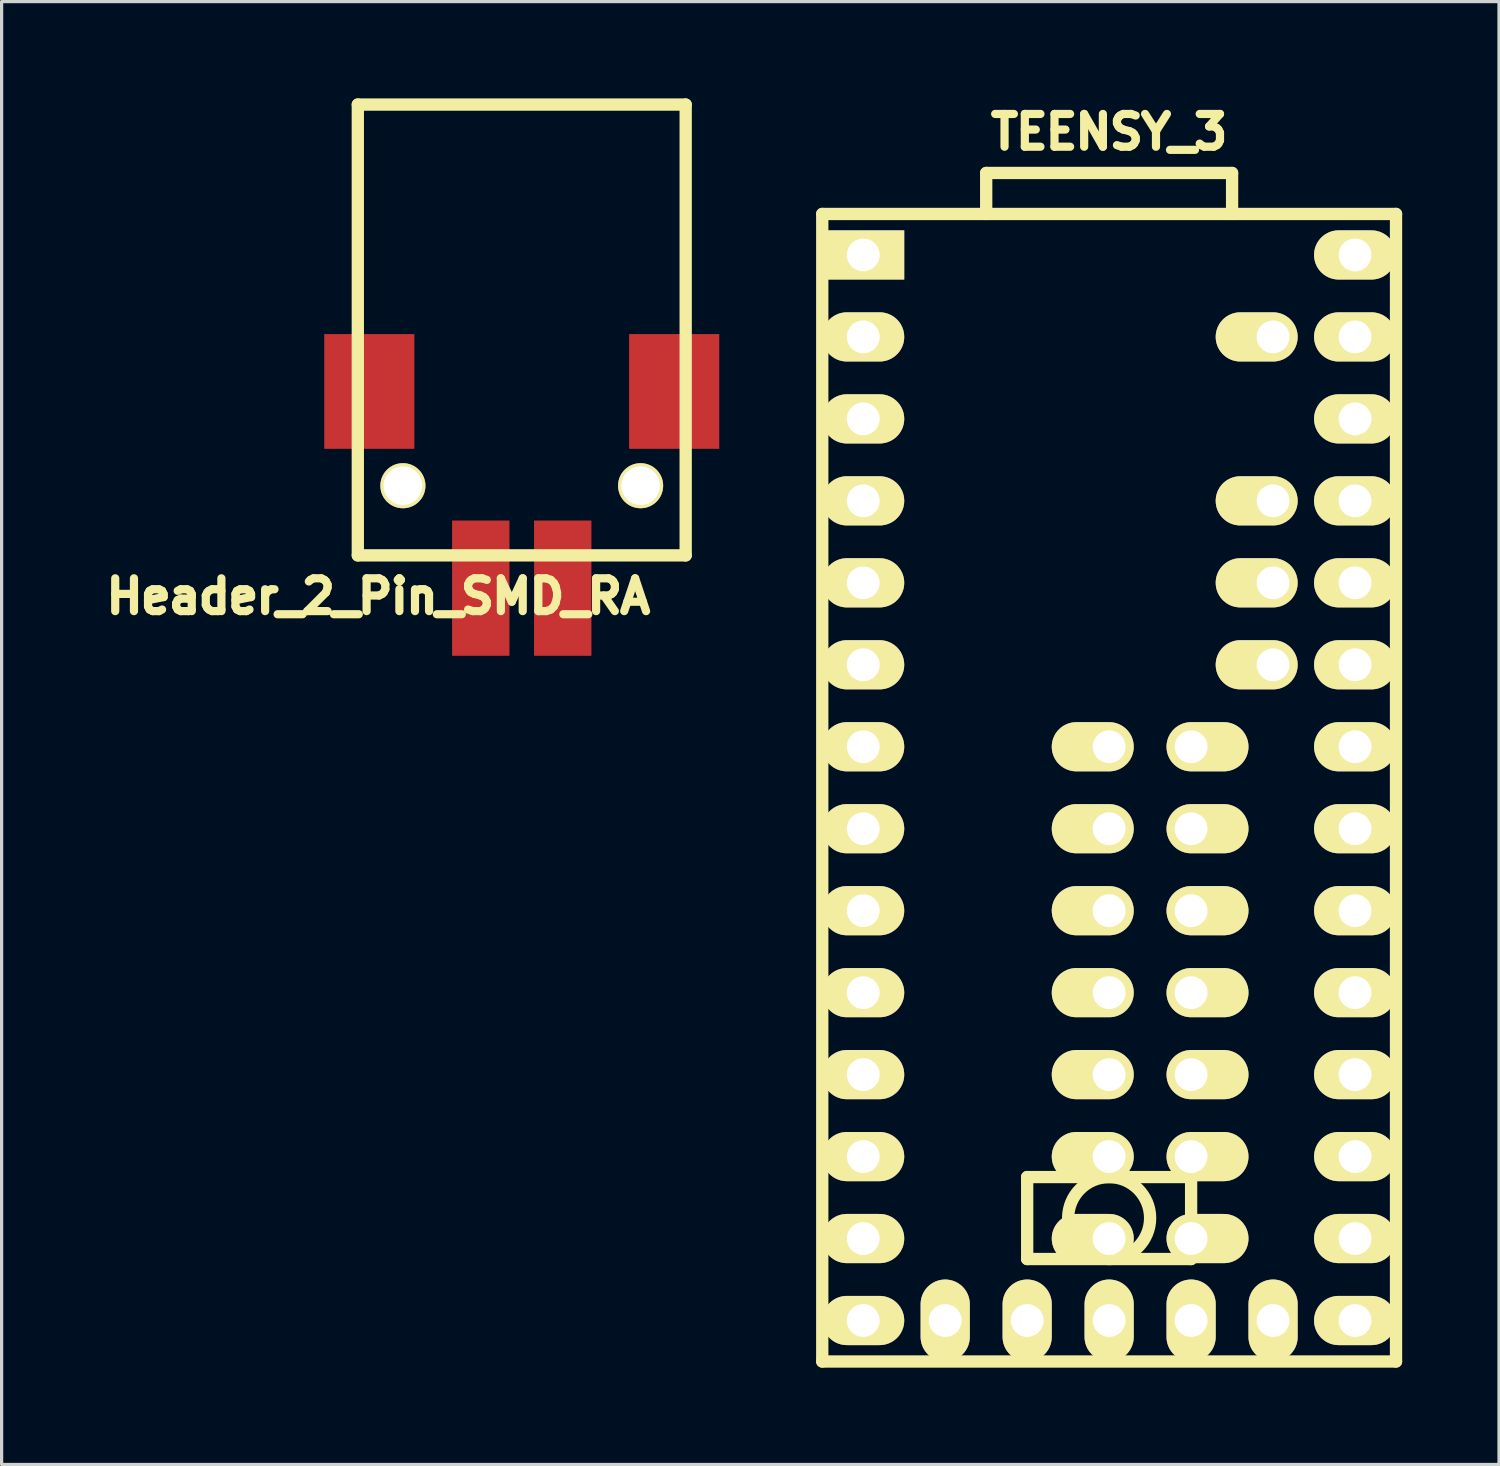
<source format=kicad_pcb>
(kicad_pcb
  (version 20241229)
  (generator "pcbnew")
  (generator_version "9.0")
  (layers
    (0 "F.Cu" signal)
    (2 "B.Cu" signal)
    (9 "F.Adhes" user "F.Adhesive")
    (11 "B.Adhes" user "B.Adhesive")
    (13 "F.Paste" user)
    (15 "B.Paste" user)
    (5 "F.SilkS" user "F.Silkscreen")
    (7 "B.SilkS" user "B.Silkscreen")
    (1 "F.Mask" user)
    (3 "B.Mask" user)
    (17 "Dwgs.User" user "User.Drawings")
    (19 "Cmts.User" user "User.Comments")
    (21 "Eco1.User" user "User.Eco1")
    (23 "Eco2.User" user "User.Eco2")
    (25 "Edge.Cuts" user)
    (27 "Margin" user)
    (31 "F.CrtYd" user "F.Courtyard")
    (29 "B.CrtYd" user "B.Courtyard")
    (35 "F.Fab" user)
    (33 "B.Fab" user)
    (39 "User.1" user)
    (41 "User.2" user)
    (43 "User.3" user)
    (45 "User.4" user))
  (footprint "Header_2_Pin_SMD_RA"
    (layer "F.Cu")
    (at 13.118 8.445)
    (property "Reference" "Header_2_Pin_SMD_RA" (at -4.445 6.985 180) (layer "F.SilkS") (effects (font (size 1.016 1.016) (thickness 0.254))))
    (attr through_hole)
    (fp_line (start -5.08 -8.255) (end -5.08 5.715) (stroke (width 0.381) (type solid)) (layer "F.SilkS"))
    (fp_line (start -5.08 -8.255) (end 5.08 -8.255) (stroke (width 0.381) (type solid)) (layer "F.SilkS"))
    (fp_line (start -5.08 5.715) (end 5.08 5.715) (stroke (width 0.381) (type solid)) (layer "F.SilkS"))
    (fp_line (start 5.08 -8.255) (end 5.08 5.715) (stroke (width 0.381) (type solid)) (layer "F.SilkS"))
    (pad "" smd rect (at -4.724 0.635) (size 2.794 3.556) (layers "F.Cu" "F.Mask" "F.Paste"))
    (pad "" thru_hole circle (at -3.683 3.556) (size 1.397 1.397) (drill 1.194) (layers "*.Cu" "*.Mask" "F.SilkS"))
    (pad "" thru_hole circle (at 3.683 3.556) (size 1.397 1.397) (drill 1.194) (layers "*.Cu" "*.Mask" "F.SilkS"))
    (pad "" smd rect (at 4.724 0.635) (size 2.794 3.556) (layers "F.Cu" "F.Mask" "F.Paste"))
    (pad "1" smd rect (at -1.27 6.731) (size 1.778 4.191) (layers "F.Cu" "F.Mask" "F.Paste"))
    (pad "2" smd rect (at 1.27 6.731) (size 1.778 4.191) (layers "F.Cu" "F.Mask" "F.Paste")))
  (footprint "TEENSY_3"
    (layer "F.Cu")
    (at 31.32 21.36)
    (property "Reference" "TEENSY_3" (at 0 -20.32 0) (layer "F.SilkS") (effects (font (size 1.016 1.016) (thickness 0.254))))
    (attr through_hole)
    (fp_line (start -8.89 -17.78) (end -8.89 17.78) (stroke (width 0.381) (type solid)) (layer "F.SilkS"))
    (fp_line (start -8.89 17.78) (end 8.89 17.78) (stroke (width 0.381) (type solid)) (layer "F.SilkS"))
    (fp_line (start -3.81 -19.05) (end 3.81 -19.05) (stroke (width 0.381) (type solid)) (layer "F.SilkS"))
    (fp_line (start -3.81 -17.78) (end -3.81 -19.05) (stroke (width 0.381) (type solid)) (layer "F.SilkS"))
    (fp_line (start -2.54 12.065) (end -2.54 14.605) (stroke (width 0.381) (type solid)) (layer "F.SilkS"))
    (fp_line (start -2.54 14.605) (end 2.54 14.605) (stroke (width 0.381) (type solid)) (layer "F.SilkS"))
    (fp_line (start 2.54 12.065) (end -2.54 12.065) (stroke (width 0.381) (type solid)) (layer "F.SilkS"))
    (fp_line (start 2.54 14.605) (end 2.54 12.065) (stroke (width 0.381) (type solid)) (layer "F.SilkS"))
    (fp_line (start 3.81 -19.05) (end 3.81 -17.78) (stroke (width 0.381) (type solid)) (layer "F.SilkS"))
    (fp_line (start 8.89 -17.78) (end -8.89 -17.78) (stroke (width 0.381) (type solid)) (layer "F.SilkS"))
    (fp_line (start 8.89 17.78) (end 8.89 -17.78) (stroke (width 0.381) (type solid)) (layer "F.SilkS"))
    (fp_circle (center 0 13.335) (end 0 12.065) (stroke (width 0.381) (type solid)) (fill no) (layer "F.SilkS"))
    (pad "" thru_hole oval (at -5.08 16.51) (size 1.524 2.54) (drill 1.016) (layers "*.Cu" "*.Mask" "F.SilkS"))
    (pad "" thru_hole oval (at -2.54 16.51) (size 1.524 2.54) (drill 1.016) (layers "*.Cu" "*.Mask" "F.SilkS"))
    (pad "" thru_hole oval (at 0 1.27) (size 2.54 1.524) (drill 1.016 (offset -0.508 0)) (layers "*.Cu" "*.Mask" "F.SilkS"))
    (pad "" thru_hole oval (at 0 16.51) (size 1.524 2.54) (drill 1.016) (layers "*.Cu" "*.Mask" "F.SilkS"))
    (pad "" thru_hole oval (at 2.54 1.27) (size 2.54 1.524) (drill 1.016 (offset 0.508 0)) (layers "*.Cu" "*.Mask" "F.SilkS"))
    (pad "0" thru_hole oval (at -7.62 -13.97) (size 2.54 1.524) (drill 1.016) (layers "*.Cu" "*.Mask" "F.SilkS"))
    (pad "1" thru_hole oval (at -7.62 -11.43) (size 2.54 1.524) (drill 1.016) (layers "*.Cu" "*.Mask" "F.SilkS"))
    (pad "2" thru_hole oval (at -7.62 -8.89) (size 2.54 1.524) (drill 1.016) (layers "*.Cu" "*.Mask" "F.SilkS"))
    (pad "3" thru_hole oval (at -7.62 -6.35) (size 2.54 1.524) (drill 1.016) (layers "*.Cu" "*.Mask" "F.SilkS"))
    (pad "3V3" thru_hole oval (at 7.62 -11.43) (size 2.54 1.524) (drill 1.016) (layers "*.Cu" "*.Mask" "F.SilkS"))
    (pad "4" thru_hole oval (at -7.62 -3.81) (size 2.54 1.524) (drill 1.016) (layers "*.Cu" "*.Mask" "F.SilkS"))
    (pad "5" thru_hole oval (at -7.62 -1.27) (size 2.54 1.524) (drill 1.016) (layers "*.Cu" "*.Mask" "F.SilkS"))
    (pad "6" thru_hole oval (at -7.62 1.27) (size 2.54 1.524) (drill 1.016) (layers "*.Cu" "*.Mask" "F.SilkS"))
    (pad "7" thru_hole oval (at -7.62 3.81) (size 2.54 1.524) (drill 1.016) (layers "*.Cu" "*.Mask" "F.SilkS"))
    (pad "8" thru_hole oval (at -7.62 6.35) (size 2.54 1.524) (drill 1.016) (layers "*.Cu" "*.Mask" "F.SilkS"))
    (pad "9" thru_hole oval (at -7.62 8.89) (size 2.54 1.524) (drill 1.016) (layers "*.Cu" "*.Mask" "F.SilkS"))
    (pad "10" thru_hole oval (at -7.62 11.43) (size 2.54 1.524) (drill 1.016) (layers "*.Cu" "*.Mask" "F.SilkS"))
    (pad "11" thru_hole oval (at -7.62 13.97) (size 2.54 1.524) (drill 1.016) (layers "*.Cu" "*.Mask" "F.SilkS"))
    (pad "12" thru_hole oval (at -7.62 16.51) (size 2.54 1.524) (drill 1.016) (layers "*.Cu" "*.Mask" "F.SilkS"))
    (pad "13" thru_hole oval (at 7.62 16.51) (size 2.54 1.524) (drill 1.016) (layers "*.Cu" "*.Mask" "F.SilkS"))
    (pad "14" thru_hole oval (at 7.62 13.97) (size 2.54 1.524) (drill 1.016) (layers "*.Cu" "*.Mask" "F.SilkS"))
    (pad "15" thru_hole oval (at 7.62 11.43) (size 2.54 1.524) (drill 1.016) (layers "*.Cu" "*.Mask" "F.SilkS"))
    (pad "16" thru_hole oval (at 7.62 8.89) (size 2.54 1.524) (drill 1.016) (layers "*.Cu" "*.Mask" "F.SilkS"))
    (pad "17" thru_hole oval (at 7.62 6.35) (size 2.54 1.524) (drill 1.016) (layers "*.Cu" "*.Mask" "F.SilkS"))
    (pad "18" thru_hole oval (at 7.62 3.81) (size 2.54 1.524) (drill 1.016) (layers "*.Cu" "*.Mask" "F.SilkS"))
    (pad "19" thru_hole oval (at 7.62 1.27) (size 2.54 1.524) (drill 1.016) (layers "*.Cu" "*.Mask" "F.SilkS"))
    (pad "20" thru_hole oval (at 7.62 -1.27) (size 2.54 1.524) (drill 1.016) (layers "*.Cu" "*.Mask" "F.SilkS"))
    (pad "21" thru_hole oval (at 7.62 -3.81) (size 2.54 1.524) (drill 1.016) (layers "*.Cu" "*.Mask" "F.SilkS"))
    (pad "22" thru_hole oval (at 7.62 -6.35) (size 2.54 1.524) (drill 1.016) (layers "*.Cu" "*.Mask" "F.SilkS"))
    (pad "23" thru_hole oval (at 7.62 -8.89) (size 2.54 1.524) (drill 1.016) (layers "*.Cu" "*.Mask" "F.SilkS"))
    (pad "24" thru_hole oval (at 0 3.81) (size 2.54 1.524) (drill 1.016 (offset -0.508 0)) (layers "*.Cu" "*.Mask" "F.SilkS"))
    (pad "25" thru_hole oval (at 0 6.35) (size 2.54 1.524) (drill 1.016 (offset -0.508 0)) (layers "*.Cu" "*.Mask" "F.SilkS"))
    (pad "26" thru_hole oval (at 0 8.89) (size 2.54 1.524) (drill 1.016 (offset -0.508 0)) (layers "*.Cu" "*.Mask" "F.SilkS"))
    (pad "27" thru_hole oval (at 0 11.43) (size 2.54 1.524) (drill 1.016 (offset -0.508 0)) (layers "*.Cu" "*.Mask" "F.SilkS"))
    (pad "28" thru_hole oval (at 0 13.97) (size 2.54 1.524) (drill 1.016 (offset -0.508 0)) (layers "*.Cu" "*.Mask" "F.SilkS"))
    (pad "29" thru_hole oval (at 2.54 13.97) (size 2.54 1.524) (drill 1.016 (offset 0.508 0)) (layers "*.Cu" "*.Mask" "F.SilkS"))
    (pad "30" thru_hole oval (at 2.54 11.43) (size 2.54 1.524) (drill 1.016 (offset 0.508 0)) (layers "*.Cu" "*.Mask" "F.SilkS"))
    (pad "31" thru_hole oval (at 2.54 8.89) (size 2.54 1.524) (drill 1.016 (offset 0.508 0)) (layers "*.Cu" "*.Mask" "F.SilkS"))
    (pad "32" thru_hole oval (at 2.54 6.35) (size 2.54 1.524) (drill 1.016 (offset 0.508 0)) (layers "*.Cu" "*.Mask" "F.SilkS"))
    (pad "33" thru_hole oval (at 2.54 3.81) (size 2.54 1.524) (drill 1.016 (offset 0.508 0)) (layers "*.Cu" "*.Mask" "F.SilkS"))
    (pad "A10" thru_hole oval (at 5.08 -6.35) (size 2.54 1.524) (drill 1.016 (offset -0.508 0)) (layers "*.Cu" "*.Mask" "F.SilkS"))
    (pad "A11" thru_hole oval (at 5.08 -3.81) (size 2.54 1.524) (drill 1.016 (offset -0.508 0)) (layers "*.Cu" "*.Mask" "F.SilkS"))
    (pad "A12" thru_hole oval (at 0 -1.27) (size 2.54 1.524) (drill 1.016 (offset -0.508 0)) (layers "*.Cu" "*.Mask" "F.SilkS"))
    (pad "A13" thru_hole oval (at 2.54 -1.27) (size 2.54 1.524) (drill 1.016 (offset 0.508 0)) (layers "*.Cu" "*.Mask" "F.SilkS"))
    (pad "AGND" thru_hole oval (at 7.62 -13.97) (size 2.54 1.524) (drill 1.016) (layers "*.Cu" "*.Mask" "F.SilkS"))
    (pad "AREF" thru_hole oval (at 5.08 -8.89) (size 2.54 1.524) (drill 1.016 (offset -0.508 0)) (layers "*.Cu" "*.Mask" "F.SilkS"))
    (pad "DAC" thru_hole oval (at 5.08 16.51) (size 1.524 2.54) (drill 1.016) (layers "*.Cu" "*.Mask" "F.SilkS"))
    (pad "GND" thru_hole rect (at -7.62 -16.51) (size 2.54 1.524) (drill 1.016) (layers "*.Cu" "*.Mask" "F.SilkS"))
    (pad "PROG" thru_hole oval (at 2.54 16.51) (size 1.524 2.54) (drill 1.016) (layers "*.Cu" "*.Mask" "F.SilkS"))
    (pad "V_IN" thru_hole oval (at 7.62 -16.51) (size 2.54 1.524) (drill 1.016) (layers "*.Cu" "*.Mask" "F.SilkS"))
    (pad "V_U" thru_hole oval (at 5.08 -13.97) (size 2.54 1.524) (drill 1.016 (offset -0.508 0)) (layers "*.Cu" "*.Mask" "F.SilkS")))
  (gr_rect
    (start -3 -3)
    (end 43.401 42.331)
    (stroke (width 0.1) (type default))
    (fill no)
    (layer "Edge.Cuts")))
</source>
